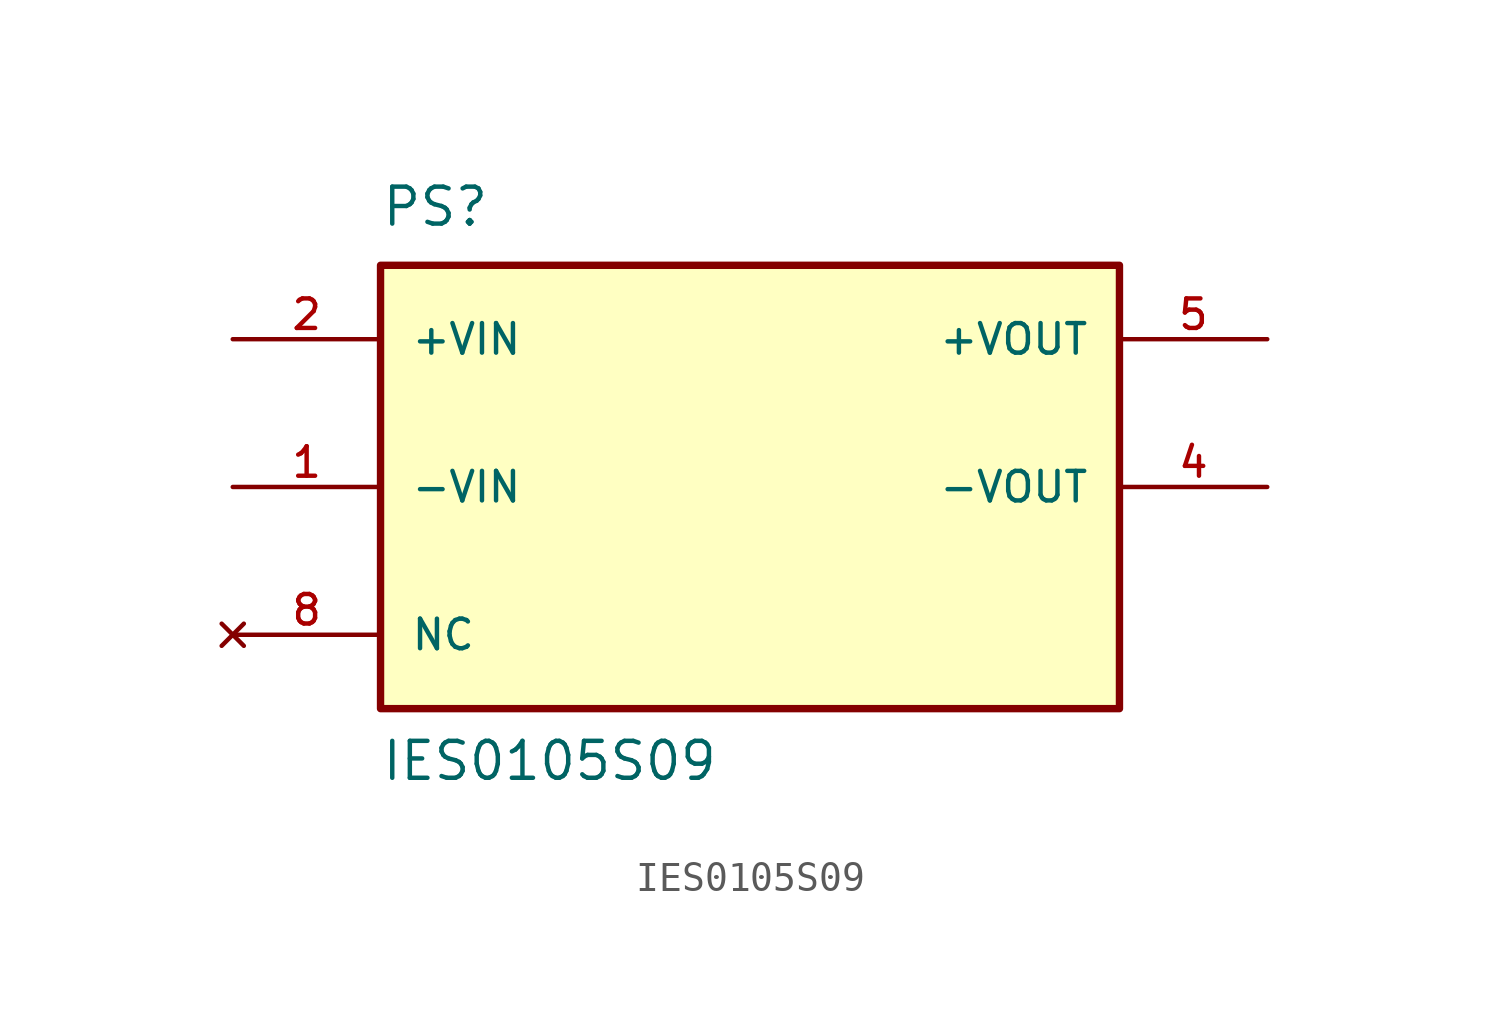
<source format=kicad_sym>
(kicad_symbol_lib
  (version 20211014)
  (generator kicad_symbol_editor)
  (symbol "IES0105S09"
    (pin_names
      (offset 1.016))
    (property "Reference" "PS"
      (at -12.7 8.89 0)
      (effects (font (size 1.27 1.27)) (justify bottom left)))
    (property "Value" "IES0105S09"
      (at -12.7 -10.16 0)
      (effects (font (size 1.27 1.27)) (justify bottom left)))
    (symbol "IES0105S09_0_0"
      (rectangle (start -12.7 -7.62) (end 12.7 7.62) (stroke (width 0.254)) (fill (type background)))
      (pin input line (at -17.78 5.08 0) (length 5.08) (name "+VIN" (effects (font (size 1.016 1.016)))) (number "2" (effects (font (size 1.016 1.016)))))
      (pin input line (at -17.78 0.0 0) (length 5.08) (name "-VIN" (effects (font (size 1.016 1.016)))) (number "1" (effects (font (size 1.016 1.016)))))
      (pin output line (at 17.78 5.08 180.0) (length 5.08) (name "+VOUT" (effects (font (size 1.016 1.016)))) (number "5" (effects (font (size 1.016 1.016)))))
      (pin output line (at 17.78 0.0 180.0) (length 5.08) (name "-VOUT" (effects (font (size 1.016 1.016)))) (number "4" (effects (font (size 1.016 1.016)))))
      (pin no_connect line (at -17.78 -5.08 0) (length 5.08) (name "NC" (effects (font (size 1.016 1.016)))) (number "8" (effects (font (size 1.016 1.016))))))))
</source>
